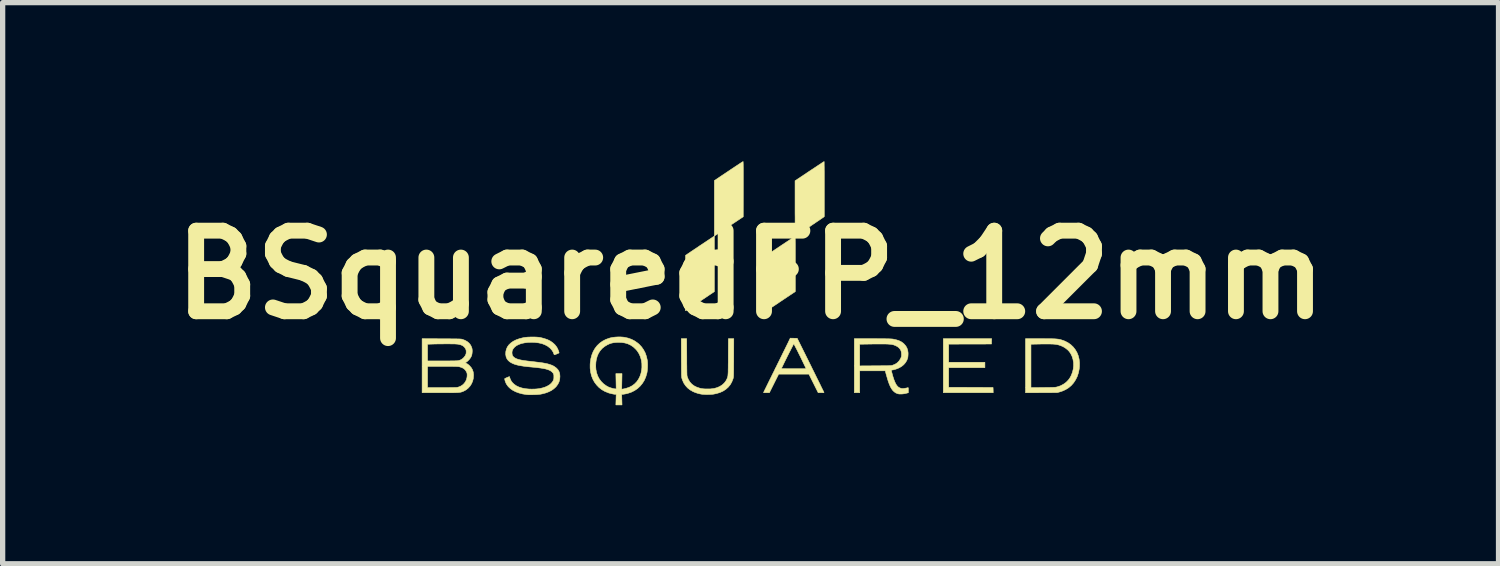
<source format=kicad_pcb>
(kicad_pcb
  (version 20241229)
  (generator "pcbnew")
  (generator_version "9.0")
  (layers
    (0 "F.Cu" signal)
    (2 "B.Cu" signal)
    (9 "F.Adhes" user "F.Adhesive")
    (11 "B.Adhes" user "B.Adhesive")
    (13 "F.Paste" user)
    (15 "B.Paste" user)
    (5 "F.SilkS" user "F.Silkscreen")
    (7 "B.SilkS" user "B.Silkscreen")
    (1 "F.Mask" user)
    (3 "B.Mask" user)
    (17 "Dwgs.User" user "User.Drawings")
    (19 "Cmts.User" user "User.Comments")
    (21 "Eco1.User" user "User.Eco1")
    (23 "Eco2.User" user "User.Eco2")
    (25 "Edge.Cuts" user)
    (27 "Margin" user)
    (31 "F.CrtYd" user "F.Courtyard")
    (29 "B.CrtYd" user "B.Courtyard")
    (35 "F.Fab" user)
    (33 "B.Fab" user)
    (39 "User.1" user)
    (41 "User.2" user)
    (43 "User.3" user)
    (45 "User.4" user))
  (footprint "BSquaredFP_12mm"
    (layer "F.Cu")
    (at 11.147 2.148)
    (property "Reference" "BSquaredFP_12mm" (at 0 0 0) (layer "F.SilkS") (effects (font (size 1.524 1.524) (thickness 0.3))))
    (attr through_hole)
    (fp_poly (pts (xy 4.558 1.259) (xy 4.557 1.309) (xy 4.152 1.31) (xy 3.747 1.311) (xy 3.747 1.654) (xy 4.432 1.654) (xy 4.432 1.756) (xy 3.747 1.756) (xy 3.747 2.128) (xy 4.167 2.129) (xy 4.586 2.131) (xy 4.588 2.181) (xy 4.589 2.231) (xy 3.645 2.231) (xy 3.645 1.208) (xy 4.56 1.208) (xy 4.558 1.259)) (stroke (width 0.01) (type solid)) (fill yes) (layer "F.SilkS"))
    (fp_poly (pts (xy 0.841 -0.726) (xy 0.842 -0.721) (xy 0.843 -0.711) (xy 0.844 -0.697) (xy 0.844 -0.677) (xy 0.845 -0.652) (xy 0.845 -0.621) (xy 0.846 -0.583) (xy 0.846 -0.537) (xy 0.846 -0.485) (xy 0.846 -0.424) (xy 0.846 -0.354) (xy 0.846 -0.276) (xy 0.846 -0.207) (xy 0.846 0.317) (xy 0.575 0.498) (xy 0.529 0.529) (xy 0.485 0.559) (xy 0.444 0.586) (xy 0.407 0.61) (xy 0.375 0.632) (xy 0.347 0.65) (xy 0.326 0.664) (xy 0.31 0.674) (xy 0.302 0.679) (xy 0.301 0.68) (xy 0.301 0.675) (xy 0.3 0.661) (xy 0.3 0.639) (xy 0.3 0.608) (xy 0.3 0.571) (xy 0.299 0.527) (xy 0.299 0.476) (xy 0.299 0.421) (xy 0.299 0.361) (xy 0.299 0.296) (xy 0.298 0.229) (xy 0.298 0.158) (xy 0.298 -0.367) (xy 0.566 -0.546) (xy 0.612 -0.577) (xy 0.656 -0.606) (xy 0.697 -0.633) (xy 0.734 -0.657) (xy 0.766 -0.679) (xy 0.794 -0.697) (xy 0.816 -0.712) (xy 0.831 -0.722) (xy 0.839 -0.727) (xy 0.84 -0.727) (xy 0.841 -0.726)) (stroke (width 0.01) (type solid)) (fill yes) (layer "F.SilkS"))
    (fp_poly (pts (xy -0.141 -2.139) (xy -0.141 -2.129) (xy -0.14 -2.112) (xy -0.139 -2.087) (xy -0.139 -2.054) (xy -0.138 -2.014) (xy -0.138 -1.965) (xy -0.138 -1.908) (xy -0.138 -1.842) (xy -0.138 -1.767) (xy -0.138 -1.682) (xy -0.138 -1.621) (xy -0.139 -1.098) (xy -0.412 -0.916) (xy -0.685 -0.733) (xy -0.685 0.318) (xy -0.956 0.499) (xy -1.003 0.53) (xy -1.046 0.559) (xy -1.087 0.586) (xy -1.124 0.611) (xy -1.157 0.632) (xy -1.184 0.65) (xy -1.206 0.664) (xy -1.221 0.674) (xy -1.229 0.679) (xy -1.23 0.68) (xy -1.231 0.675) (xy -1.231 0.661) (xy -1.231 0.639) (xy -1.231 0.608) (xy -1.232 0.571) (xy -1.232 0.527) (xy -1.232 0.476) (xy -1.232 0.421) (xy -1.232 0.361) (xy -1.232 0.296) (xy -1.232 0.228) (xy -1.232 0.158) (xy -1.232 0.155) (xy -1.23 -0.369) (xy -0.958 -0.552) (xy -0.685 -0.734) (xy -0.685 -1.259) (xy -0.685 -1.783) (xy -0.416 -1.963) (xy -0.37 -1.994) (xy -0.326 -2.023) (xy -0.286 -2.05) (xy -0.249 -2.074) (xy -0.216 -2.096) (xy -0.189 -2.114) (xy -0.167 -2.128) (xy -0.152 -2.137) (xy -0.143 -2.142) (xy -0.142 -2.143) (xy -0.141 -2.139)) (stroke (width 0.01) (type solid)) (fill yes) (layer "F.SilkS"))
    (fp_poly (pts (xy 1.391 -2.138) (xy 1.392 -2.124) (xy 1.392 -2.102) (xy 1.392 -2.071) (xy 1.393 -2.034) (xy 1.393 -1.99) (xy 1.394 -1.939) (xy 1.394 -1.884) (xy 1.394 -1.824) (xy 1.394 -1.759) (xy 1.394 -1.692) (xy 1.394 -1.623) (xy 1.394 -1.102) (xy 1.383 -1.092) (xy 1.377 -1.088) (xy 1.364 -1.079) (xy 1.345 -1.066) (xy 1.32 -1.049) (xy 1.29 -1.028) (xy 1.256 -1.006) (xy 1.22 -0.981) (xy 1.181 -0.955) (xy 1.141 -0.928) (xy 1.1 -0.901) (xy 1.059 -0.874) (xy 1.02 -0.848) (xy 0.983 -0.823) (xy 0.949 -0.801) (xy 0.918 -0.78) (xy 0.892 -0.763) (xy 0.871 -0.75) (xy 0.856 -0.74) (xy 0.849 -0.736) (xy 0.848 -0.735) (xy 0.847 -0.736) (xy 0.846 -0.739) (xy 0.845 -0.746) (xy 0.845 -0.755) (xy 0.844 -0.769) (xy 0.843 -0.788) (xy 0.843 -0.812) (xy 0.843 -0.841) (xy 0.842 -0.876) (xy 0.842 -0.918) (xy 0.842 -0.968) (xy 0.842 -1.025) (xy 0.842 -1.09) (xy 0.841 -1.163) (xy 0.841 -1.246) (xy 0.841 -1.779) (xy 1.114 -1.961) (xy 1.161 -1.992) (xy 1.205 -2.021) (xy 1.246 -2.048) (xy 1.283 -2.073) (xy 1.316 -2.094) (xy 1.343 -2.113) (xy 1.365 -2.127) (xy 1.381 -2.137) (xy 1.389 -2.142) (xy 1.391 -2.143) (xy 1.391 -2.138)) (stroke (width 0.01) (type solid)) (fill yes) (layer "F.SilkS"))
    (fp_poly (pts (xy 5.546 1.208) (xy 5.602 1.209) (xy 5.65 1.209) (xy 5.69 1.209) (xy 5.725 1.21) (xy 5.754 1.211) (xy 5.779 1.213) (xy 5.8 1.215) (xy 5.819 1.217) (xy 5.835 1.22) (xy 5.851 1.223) (xy 5.867 1.227) (xy 5.88 1.231) (xy 5.945 1.254) (xy 6.005 1.285) (xy 6.057 1.322) (xy 6.103 1.366) (xy 6.142 1.416) (xy 6.174 1.471) (xy 6.198 1.531) (xy 6.214 1.595) (xy 6.222 1.663) (xy 6.221 1.735) (xy 6.216 1.781) (xy 6.201 1.855) (xy 6.178 1.924) (xy 6.147 1.986) (xy 6.11 2.043) (xy 6.066 2.093) (xy 6.015 2.136) (xy 5.957 2.172) (xy 5.894 2.2) (xy 5.847 2.215) (xy 5.8 2.228) (xy 5.2 2.231) (xy 5.2 1.313) (xy 5.303 1.313) (xy 5.303 2.134) (xy 5.532 2.132) (xy 5.585 2.131) (xy 5.63 2.131) (xy 5.667 2.13) (xy 5.697 2.13) (xy 5.722 2.129) (xy 5.741 2.128) (xy 5.757 2.127) (xy 5.769 2.126) (xy 5.78 2.124) (xy 5.79 2.122) (xy 5.8 2.119) (xy 5.802 2.119) (xy 5.862 2.099) (xy 5.917 2.07) (xy 5.966 2.035) (xy 6.009 1.992) (xy 6.044 1.943) (xy 6.065 1.903) (xy 6.088 1.843) (xy 6.103 1.782) (xy 6.109 1.72) (xy 6.108 1.659) (xy 6.098 1.6) (xy 6.081 1.544) (xy 6.055 1.491) (xy 6.029 1.453) (xy 5.997 1.419) (xy 5.958 1.388) (xy 5.913 1.36) (xy 5.865 1.339) (xy 5.825 1.326) (xy 5.804 1.321) (xy 5.782 1.317) (xy 5.759 1.314) (xy 5.733 1.311) (xy 5.704 1.31) (xy 5.669 1.309) (xy 5.629 1.308) (xy 5.581 1.308) (xy 5.525 1.309) (xy 5.496 1.309) (xy 5.303 1.313) (xy 5.2 1.313) (xy 5.2 1.208) (xy 5.481 1.208) (xy 5.546 1.208)) (stroke (width 0.01) (type solid)) (fill yes) (layer "F.SilkS"))
    (fp_poly (pts (xy 0.882 1.201) (xy 1.136 1.712) (xy 1.168 1.778) (xy 1.2 1.842) (xy 1.23 1.903) (xy 1.258 1.96) (xy 1.285 2.014) (xy 1.309 2.062) (xy 1.33 2.106) (xy 1.348 2.143) (xy 1.364 2.175) (xy 1.376 2.199) (xy 1.384 2.216) (xy 1.388 2.226) (xy 1.389 2.227) (xy 1.385 2.229) (xy 1.372 2.23) (xy 1.354 2.231) (xy 1.334 2.231) (xy 1.279 2.231) (xy 1.191 2.055) (xy 1.103 1.879) (xy 0.531 1.879) (xy 0.443 2.055) (xy 0.355 2.231) (xy 0.3 2.231) (xy 0.278 2.231) (xy 0.26 2.23) (xy 0.248 2.229) (xy 0.245 2.228) (xy 0.247 2.223) (xy 0.253 2.21) (xy 0.263 2.189) (xy 0.276 2.162) (xy 0.293 2.128) (xy 0.312 2.089) (xy 0.334 2.044) (xy 0.358 1.995) (xy 0.384 1.943) (xy 0.412 1.886) (xy 0.441 1.828) (xy 0.448 1.813) (xy 0.467 1.774) (xy 0.582 1.774) (xy 0.587 1.774) (xy 0.6 1.775) (xy 0.622 1.775) (xy 0.65 1.775) (xy 0.685 1.776) (xy 0.724 1.776) (xy 0.768 1.776) (xy 0.815 1.776) (xy 0.817 1.776) (xy 1.051 1.776) (xy 1.015 1.701) (xy 0.99 1.649) (xy 0.965 1.597) (xy 0.941 1.547) (xy 0.917 1.5) (xy 0.896 1.457) (xy 0.876 1.417) (xy 0.858 1.383) (xy 0.843 1.354) (xy 0.831 1.331) (xy 0.823 1.315) (xy 0.818 1.307) (xy 0.817 1.306) (xy 0.814 1.31) (xy 0.807 1.322) (xy 0.798 1.341) (xy 0.785 1.366) (xy 0.77 1.395) (xy 0.753 1.429) (xy 0.734 1.465) (xy 0.715 1.503) (xy 0.695 1.542) (xy 0.676 1.581) (xy 0.657 1.619) (xy 0.639 1.655) (xy 0.623 1.688) (xy 0.609 1.718) (xy 0.597 1.742) (xy 0.588 1.76) (xy 0.583 1.771) (xy 0.582 1.774) (xy 0.467 1.774) (xy 0.479 1.751) (xy 0.509 1.689) (xy 0.539 1.629) (xy 0.567 1.572) (xy 0.594 1.517) (xy 0.619 1.466) (xy 0.642 1.42) (xy 0.662 1.379) (xy 0.679 1.345) (xy 0.692 1.318) (xy 0.701 1.3) (xy 0.75 1.198) (xy 0.882 1.201)) (stroke (width 0.01) (type solid)) (fill yes) (layer "F.SilkS"))
    (fp_poly (pts (xy -1.207 1.557) (xy -1.207 1.624) (xy -1.207 1.682) (xy -1.206 1.732) (xy -1.206 1.774) (xy -1.205 1.81) (xy -1.205 1.839) (xy -1.204 1.863) (xy -1.204 1.882) (xy -1.203 1.896) (xy -1.202 1.908) (xy -1.2 1.917) (xy -1.199 1.924) (xy -1.197 1.93) (xy -1.197 1.932) (xy -1.175 1.984) (xy -1.146 2.03) (xy -1.111 2.068) (xy -1.068 2.1) (xy -1.018 2.125) (xy -0.961 2.144) (xy -0.931 2.151) (xy -0.894 2.156) (xy -0.851 2.159) (xy -0.804 2.159) (xy -0.758 2.158) (xy -0.716 2.153) (xy -0.688 2.149) (xy -0.631 2.133) (xy -0.58 2.11) (xy -0.535 2.081) (xy -0.497 2.046) (xy -0.467 2.006) (xy -0.455 1.984) (xy -0.449 1.972) (xy -0.444 1.961) (xy -0.44 1.951) (xy -0.436 1.94) (xy -0.433 1.929) (xy -0.43 1.915) (xy -0.428 1.899) (xy -0.427 1.88) (xy -0.425 1.856) (xy -0.424 1.828) (xy -0.424 1.793) (xy -0.423 1.753) (xy -0.423 1.705) (xy -0.422 1.65) (xy -0.422 1.585) (xy -0.422 1.552) (xy -0.42 1.208) (xy -0.318 1.208) (xy -0.319 1.569) (xy -0.319 1.637) (xy -0.32 1.696) (xy -0.32 1.747) (xy -0.32 1.79) (xy -0.321 1.826) (xy -0.321 1.856) (xy -0.322 1.88) (xy -0.322 1.9) (xy -0.323 1.916) (xy -0.324 1.929) (xy -0.325 1.939) (xy -0.327 1.947) (xy -0.328 1.954) (xy -0.33 1.961) (xy -0.332 1.967) (xy -0.355 2.026) (xy -0.385 2.079) (xy -0.423 2.125) (xy -0.468 2.165) (xy -0.52 2.199) (xy -0.579 2.226) (xy -0.645 2.246) (xy -0.704 2.258) (xy -0.734 2.261) (xy -0.769 2.263) (xy -0.809 2.264) (xy -0.848 2.264) (xy -0.884 2.262) (xy -0.915 2.26) (xy -0.915 2.26) (xy -0.959 2.252) (xy -1.006 2.24) (xy -1.05 2.225) (xy -1.088 2.209) (xy -1.144 2.177) (xy -1.191 2.14) (xy -1.231 2.096) (xy -1.264 2.047) (xy -1.289 1.99) (xy -1.297 1.967) (xy -1.299 1.96) (xy -1.301 1.953) (xy -1.303 1.946) (xy -1.304 1.937) (xy -1.305 1.927) (xy -1.306 1.914) (xy -1.307 1.897) (xy -1.308 1.877) (xy -1.308 1.852) (xy -1.308 1.821) (xy -1.309 1.784) (xy -1.309 1.739) (xy -1.309 1.688) (xy -1.31 1.627) (xy -1.31 1.569) (xy -1.311 1.208) (xy -1.209 1.208) (xy -1.207 1.557)) (stroke (width 0.01) (type solid)) (fill yes) (layer "F.SilkS"))
    (fp_poly (pts (xy -2.461 1.175) (xy -2.415 1.178) (xy -2.39 1.181) (xy -2.317 1.197) (xy -2.25 1.221) (xy -2.189 1.253) (xy -2.134 1.292) (xy -2.107 1.315) (xy -2.061 1.365) (xy -2.023 1.42) (xy -1.992 1.479) (xy -1.97 1.543) (xy -1.954 1.614) (xy -1.951 1.633) (xy -1.949 1.665) (xy -1.948 1.703) (xy -1.949 1.744) (xy -1.951 1.785) (xy -1.955 1.823) (xy -1.96 1.855) (xy -1.961 1.859) (xy -1.982 1.93) (xy -2.01 1.995) (xy -2.046 2.053) (xy -2.089 2.105) (xy -2.138 2.151) (xy -2.194 2.189) (xy -2.256 2.22) (xy -2.324 2.243) (xy -2.324 2.243) (xy -2.349 2.249) (xy -2.375 2.254) (xy -2.398 2.258) (xy -2.404 2.259) (xy -2.438 2.262) (xy -2.435 2.361) (xy -2.432 2.461) (xy -2.548 2.461) (xy -2.545 2.36) (xy -2.542 2.26) (xy -2.557 2.26) (xy -2.575 2.259) (xy -2.6 2.255) (xy -2.628 2.249) (xy -2.656 2.242) (xy -2.683 2.235) (xy -2.689 2.232) (xy -2.755 2.206) (xy -2.814 2.172) (xy -2.867 2.131) (xy -2.913 2.083) (xy -2.953 2.03) (xy -2.985 1.971) (xy -3.01 1.907) (xy -3.026 1.839) (xy -3.035 1.767) (xy -3.035 1.725) (xy -2.93 1.725) (xy -2.925 1.792) (xy -2.912 1.855) (xy -2.891 1.915) (xy -2.862 1.969) (xy -2.825 2.018) (xy -2.781 2.062) (xy -2.73 2.099) (xy -2.696 2.118) (xy -2.676 2.127) (xy -2.651 2.136) (xy -2.624 2.144) (xy -2.598 2.151) (xy -2.575 2.156) (xy -2.558 2.157) (xy -2.557 2.157) (xy -2.542 2.157) (xy -2.545 2.013) (xy -2.548 1.869) (xy -2.432 1.869) (xy -2.435 2.016) (xy -2.438 2.163) (xy -2.414 2.16) (xy -2.396 2.157) (xy -2.375 2.152) (xy -2.355 2.147) (xy -2.295 2.127) (xy -2.241 2.099) (xy -2.194 2.064) (xy -2.153 2.022) (xy -2.119 1.973) (xy -2.092 1.918) (xy -2.072 1.858) (xy -2.06 1.793) (xy -2.056 1.749) (xy -2.057 1.677) (xy -2.067 1.61) (xy -2.085 1.548) (xy -2.111 1.491) (xy -2.145 1.438) (xy -2.173 1.406) (xy -2.218 1.364) (xy -2.267 1.331) (xy -2.32 1.306) (xy -2.377 1.289) (xy -2.44 1.28) (xy -2.509 1.278) (xy -2.515 1.278) (xy -2.561 1.281) (xy -2.601 1.286) (xy -2.636 1.294) (xy -2.671 1.306) (xy -2.707 1.323) (xy -2.708 1.323) (xy -2.761 1.355) (xy -2.807 1.392) (xy -2.846 1.437) (xy -2.878 1.487) (xy -2.902 1.544) (xy -2.919 1.608) (xy -2.926 1.655) (xy -2.93 1.725) (xy -3.035 1.725) (xy -3.035 1.692) (xy -3.033 1.665) (xy -3.022 1.587) (xy -3.003 1.516) (xy -2.977 1.451) (xy -2.943 1.392) (xy -2.902 1.339) (xy -2.854 1.293) (xy -2.799 1.254) (xy -2.738 1.222) (xy -2.67 1.198) (xy -2.644 1.191) (xy -2.604 1.183) (xy -2.558 1.178) (xy -2.509 1.175) (xy -2.461 1.175)) (stroke (width 0.01) (type solid)) (fill yes) (layer "F.SilkS"))
    (fp_poly (pts (xy 2.303 1.208) (xy 2.373 1.208) (xy 2.434 1.209) (xy 2.487 1.209) (xy 2.532 1.209) (xy 2.57 1.21) (xy 2.602 1.21) (xy 2.628 1.211) (xy 2.649 1.212) (xy 2.667 1.213) (xy 2.681 1.214) (xy 2.691 1.215) (xy 2.751 1.228) (xy 2.803 1.244) (xy 2.849 1.266) (xy 2.888 1.294) (xy 2.906 1.311) (xy 2.936 1.346) (xy 2.958 1.385) (xy 2.972 1.427) (xy 2.979 1.475) (xy 2.979 1.499) (xy 2.978 1.524) (xy 2.976 1.548) (xy 2.973 1.569) (xy 2.972 1.573) (xy 2.955 1.619) (xy 2.929 1.662) (xy 2.895 1.701) (xy 2.854 1.734) (xy 2.812 1.758) (xy 2.786 1.77) (xy 2.757 1.781) (xy 2.729 1.79) (xy 2.703 1.797) (xy 2.683 1.8) (xy 2.678 1.8) (xy 2.668 1.802) (xy 2.664 1.805) (xy 2.664 1.812) (xy 2.666 1.826) (xy 2.671 1.846) (xy 2.678 1.871) (xy 2.685 1.898) (xy 2.693 1.926) (xy 2.702 1.953) (xy 2.71 1.978) (xy 2.711 1.981) (xy 2.73 2.029) (xy 2.749 2.068) (xy 2.77 2.098) (xy 2.792 2.121) (xy 2.817 2.137) (xy 2.845 2.147) (xy 2.852 2.149) (xy 2.881 2.151) (xy 2.917 2.147) (xy 2.959 2.139) (xy 2.973 2.135) (xy 2.978 2.134) (xy 2.981 2.135) (xy 2.983 2.141) (xy 2.984 2.152) (xy 2.984 2.17) (xy 2.984 2.181) (xy 2.984 2.23) (xy 2.959 2.237) (xy 2.919 2.247) (xy 2.879 2.253) (xy 2.841 2.255) (xy 2.807 2.254) (xy 2.781 2.248) (xy 2.748 2.235) (xy 2.719 2.215) (xy 2.692 2.19) (xy 2.667 2.157) (xy 2.644 2.116) (xy 2.623 2.068) (xy 2.602 2.01) (xy 2.601 2.006) (xy 2.591 1.974) (xy 2.581 1.939) (xy 2.571 1.904) (xy 2.563 1.877) (xy 2.547 1.815) (xy 2.064 1.815) (xy 2.064 2.231) (xy 1.962 2.231) (xy 1.962 1.313) (xy 2.064 1.313) (xy 2.064 1.723) (xy 2.362 1.721) (xy 2.424 1.721) (xy 2.477 1.72) (xy 2.521 1.72) (xy 2.559 1.719) (xy 2.589 1.719) (xy 2.614 1.718) (xy 2.634 1.717) (xy 2.649 1.717) (xy 2.661 1.715) (xy 2.671 1.714) (xy 2.678 1.713) (xy 2.685 1.711) (xy 2.686 1.71) (xy 2.733 1.691) (xy 2.773 1.665) (xy 2.806 1.632) (xy 2.832 1.594) (xy 2.836 1.586) (xy 2.845 1.566) (xy 2.851 1.551) (xy 2.854 1.536) (xy 2.854 1.517) (xy 2.855 1.507) (xy 2.852 1.471) (xy 2.846 1.44) (xy 2.833 1.414) (xy 2.814 1.389) (xy 2.812 1.387) (xy 2.781 1.36) (xy 2.742 1.339) (xy 2.698 1.323) (xy 2.681 1.32) (xy 2.663 1.316) (xy 2.643 1.314) (xy 2.619 1.312) (xy 2.591 1.31) (xy 2.558 1.309) (xy 2.519 1.308) (xy 2.474 1.308) (xy 2.421 1.308) (xy 2.36 1.309) (xy 2.315 1.309) (xy 2.064 1.313) (xy 1.962 1.313) (xy 1.962 1.208) (xy 2.303 1.208)) (stroke (width 0.01) (type solid)) (fill yes) (layer "F.SilkS"))
    (fp_poly (pts (xy -5.847 1.21) (xy -5.778 1.21) (xy -5.718 1.21) (xy -5.666 1.211) (xy -5.622 1.211) (xy -5.585 1.211) (xy -5.555 1.212) (xy -5.529 1.213) (xy -5.509 1.213) (xy -5.493 1.214) (xy -5.48 1.215) (xy -5.47 1.216) (xy -5.462 1.218) (xy -5.456 1.219) (xy -5.452 1.22) (xy -5.402 1.239) (xy -5.358 1.264) (xy -5.323 1.294) (xy -5.295 1.33) (xy -5.276 1.371) (xy -5.269 1.394) (xy -5.265 1.422) (xy -5.265 1.455) (xy -5.268 1.488) (xy -5.274 1.519) (xy -5.278 1.532) (xy -5.295 1.566) (xy -5.319 1.599) (xy -5.348 1.629) (xy -5.364 1.642) (xy -5.395 1.665) (xy -5.37 1.678) (xy -5.355 1.687) (xy -5.336 1.701) (xy -5.318 1.717) (xy -5.313 1.722) (xy -5.282 1.758) (xy -5.26 1.796) (xy -5.246 1.839) (xy -5.24 1.887) (xy -5.24 1.903) (xy -5.244 1.958) (xy -5.257 2.011) (xy -5.278 2.06) (xy -5.306 2.104) (xy -5.341 2.143) (xy -5.382 2.176) (xy -5.428 2.201) (xy -5.435 2.204) (xy -5.447 2.209) (xy -5.459 2.213) (xy -5.471 2.217) (xy -5.483 2.22) (xy -5.498 2.223) (xy -5.514 2.225) (xy -5.534 2.227) (xy -5.558 2.228) (xy -5.586 2.229) (xy -5.62 2.23) (xy -5.66 2.23) (xy -5.707 2.231) (xy -5.762 2.231) (xy -5.825 2.231) (xy -5.875 2.231) (xy -6.213 2.231) (xy -6.213 2.133) (xy -6.11 2.133) (xy -5.835 2.133) (xy -5.772 2.133) (xy -5.719 2.133) (xy -5.673 2.132) (xy -5.636 2.132) (xy -5.605 2.131) (xy -5.581 2.131) (xy -5.562 2.13) (xy -5.549 2.128) (xy -5.539 2.127) (xy -5.535 2.126) (xy -5.491 2.11) (xy -5.451 2.086) (xy -5.418 2.055) (xy -5.392 2.019) (xy -5.373 1.978) (xy -5.363 1.933) (xy -5.361 1.904) (xy -5.361 1.882) (xy -5.363 1.866) (xy -5.367 1.851) (xy -5.375 1.835) (xy -5.376 1.832) (xy -5.396 1.801) (xy -5.422 1.776) (xy -5.455 1.757) (xy -5.495 1.743) (xy -5.512 1.739) (xy -5.521 1.737) (xy -5.534 1.736) (xy -5.55 1.735) (xy -5.57 1.734) (xy -5.596 1.733) (xy -5.627 1.733) (xy -5.666 1.732) (xy -5.712 1.732) (xy -5.766 1.732) (xy -5.828 1.732) (xy -6.11 1.732) (xy -6.11 2.133) (xy -6.213 2.133) (xy -6.213 1.313) (xy -6.11 1.313) (xy -6.11 1.629) (xy -5.835 1.629) (xy -5.775 1.629) (xy -5.72 1.629) (xy -5.67 1.628) (xy -5.627 1.628) (xy -5.592 1.627) (xy -5.563 1.626) (xy -5.543 1.625) (xy -5.533 1.624) (xy -5.532 1.624) (xy -5.491 1.612) (xy -5.454 1.591) (xy -5.423 1.563) (xy -5.398 1.53) (xy -5.396 1.525) (xy -5.387 1.507) (xy -5.382 1.493) (xy -5.38 1.477) (xy -5.379 1.458) (xy -5.38 1.437) (xy -5.382 1.421) (xy -5.388 1.407) (xy -5.394 1.395) (xy -5.414 1.366) (xy -5.442 1.343) (xy -5.477 1.326) (xy -5.52 1.315) (xy -5.544 1.311) (xy -5.562 1.31) (xy -5.59 1.308) (xy -5.625 1.307) (xy -5.667 1.307) (xy -5.714 1.306) (xy -5.766 1.306) (xy -5.821 1.307) (xy -5.878 1.307) (xy -5.936 1.308) (xy -5.982 1.309) (xy -6.11 1.313) (xy -6.213 1.313) (xy -6.213 1.208) (xy -5.847 1.21)) (stroke (width 0.01) (type solid)) (fill yes) (layer "F.SilkS"))
    (fp_poly (pts (xy -4.09 1.176) (xy -4.047 1.178) (xy -4.01 1.181) (xy -3.98 1.185) (xy -3.909 1.203) (xy -3.846 1.224) (xy -3.791 1.251) (xy -3.744 1.283) (xy -3.703 1.32) (xy -3.67 1.362) (xy -3.666 1.368) (xy -3.657 1.384) (xy -3.647 1.404) (xy -3.638 1.425) (xy -3.631 1.444) (xy -3.625 1.461) (xy -3.623 1.473) (xy -3.624 1.478) (xy -3.63 1.481) (xy -3.643 1.487) (xy -3.66 1.494) (xy -3.671 1.499) (xy -3.691 1.507) (xy -3.704 1.511) (xy -3.711 1.512) (xy -3.715 1.51) (xy -3.716 1.508) (xy -3.734 1.463) (xy -3.758 1.425) (xy -3.79 1.389) (xy -3.796 1.384) (xy -3.839 1.35) (xy -3.89 1.323) (xy -3.948 1.301) (xy -4.012 1.287) (xy -4.083 1.279) (xy -4.14 1.277) (xy -4.211 1.279) (xy -4.276 1.287) (xy -4.333 1.299) (xy -4.383 1.317) (xy -4.426 1.338) (xy -4.461 1.365) (xy -4.487 1.395) (xy -4.496 1.409) (xy -4.505 1.429) (xy -4.51 1.445) (xy -4.512 1.462) (xy -4.513 1.475) (xy -4.51 1.505) (xy -4.502 1.53) (xy -4.487 1.55) (xy -4.468 1.566) (xy -4.45 1.577) (xy -4.429 1.587) (xy -4.405 1.596) (xy -4.376 1.604) (xy -4.342 1.612) (xy -4.302 1.619) (xy -4.254 1.626) (xy -4.199 1.633) (xy -4.135 1.64) (xy -4.124 1.641) (xy -4.051 1.65) (xy -3.987 1.658) (xy -3.93 1.666) (xy -3.881 1.675) (xy -3.839 1.684) (xy -3.802 1.695) (xy -3.77 1.706) (xy -3.741 1.718) (xy -3.716 1.732) (xy -3.709 1.737) (xy -3.671 1.765) (xy -3.642 1.797) (xy -3.622 1.832) (xy -3.61 1.872) (xy -3.606 1.918) (xy -3.606 1.923) (xy -3.61 1.976) (xy -3.623 2.025) (xy -3.646 2.071) (xy -3.677 2.113) (xy -3.684 2.121) (xy -3.724 2.157) (xy -3.768 2.188) (xy -3.819 2.213) (xy -3.877 2.235) (xy -3.942 2.252) (xy -3.973 2.258) (xy -3.994 2.261) (xy -4.023 2.264) (xy -4.057 2.266) (xy -4.094 2.267) (xy -4.131 2.268) (xy -4.168 2.268) (xy -4.2 2.268) (xy -4.227 2.266) (xy -4.238 2.265) (xy -4.314 2.253) (xy -4.382 2.235) (xy -4.444 2.212) (xy -4.498 2.184) (xy -4.545 2.151) (xy -4.584 2.114) (xy -4.614 2.073) (xy -4.625 2.053) (xy -4.635 2.03) (xy -4.643 2.008) (xy -4.648 1.988) (xy -4.651 1.972) (xy -4.65 1.963) (xy -4.649 1.962) (xy -4.643 1.959) (xy -4.63 1.953) (xy -4.613 1.945) (xy -4.603 1.941) (xy -4.561 1.924) (xy -4.551 1.958) (xy -4.532 2.001) (xy -4.505 2.039) (xy -4.47 2.072) (xy -4.428 2.101) (xy -4.378 2.124) (xy -4.321 2.142) (xy -4.257 2.154) (xy -4.187 2.161) (xy -4.136 2.162) (xy -4.063 2.16) (xy -3.998 2.153) (xy -3.939 2.14) (xy -3.885 2.123) (xy -3.847 2.106) (xy -3.804 2.081) (xy -3.77 2.052) (xy -3.744 2.019) (xy -3.735 2.003) (xy -3.728 1.987) (xy -3.724 1.972) (xy -3.721 1.956) (xy -3.721 1.934) (xy -3.721 1.93) (xy -3.721 1.903) (xy -3.725 1.883) (xy -3.731 1.866) (xy -3.743 1.851) (xy -3.755 1.838) (xy -3.772 1.824) (xy -3.792 1.811) (xy -3.816 1.8) (xy -3.845 1.79) (xy -3.879 1.78) (xy -3.92 1.772) (xy -3.967 1.764) (xy -4.022 1.757) (xy -4.085 1.75) (xy -4.151 1.744) (xy -4.224 1.737) (xy -4.289 1.729) (xy -4.345 1.72) (xy -4.394 1.711) (xy -4.437 1.7) (xy -4.474 1.688) (xy -4.506 1.674) (xy -4.509 1.673) (xy -4.551 1.649) (xy -4.584 1.621) (xy -4.608 1.589) (xy -4.624 1.553) (xy -4.631 1.512) (xy -4.632 1.505) (xy -4.63 1.454) (xy -4.619 1.407) (xy -4.6 1.364) (xy -4.571 1.324) (xy -4.534 1.289) (xy -4.489 1.257) (xy -4.435 1.23) (xy -4.373 1.208) (xy -4.303 1.19) (xy -4.293 1.188) (xy -4.261 1.183) (xy -4.223 1.179) (xy -4.18 1.177) (xy -4.135 1.176) (xy -4.09 1.176)) (stroke (width 0.01) (type solid)) (fill yes) (layer "F.SilkS")))
  (gr_rect
    (start -3 -3)
    (end 25.294 7.614)
    (stroke (width 0.1) (type default))
    (fill no)
    (layer "Edge.Cuts")))
</source>
